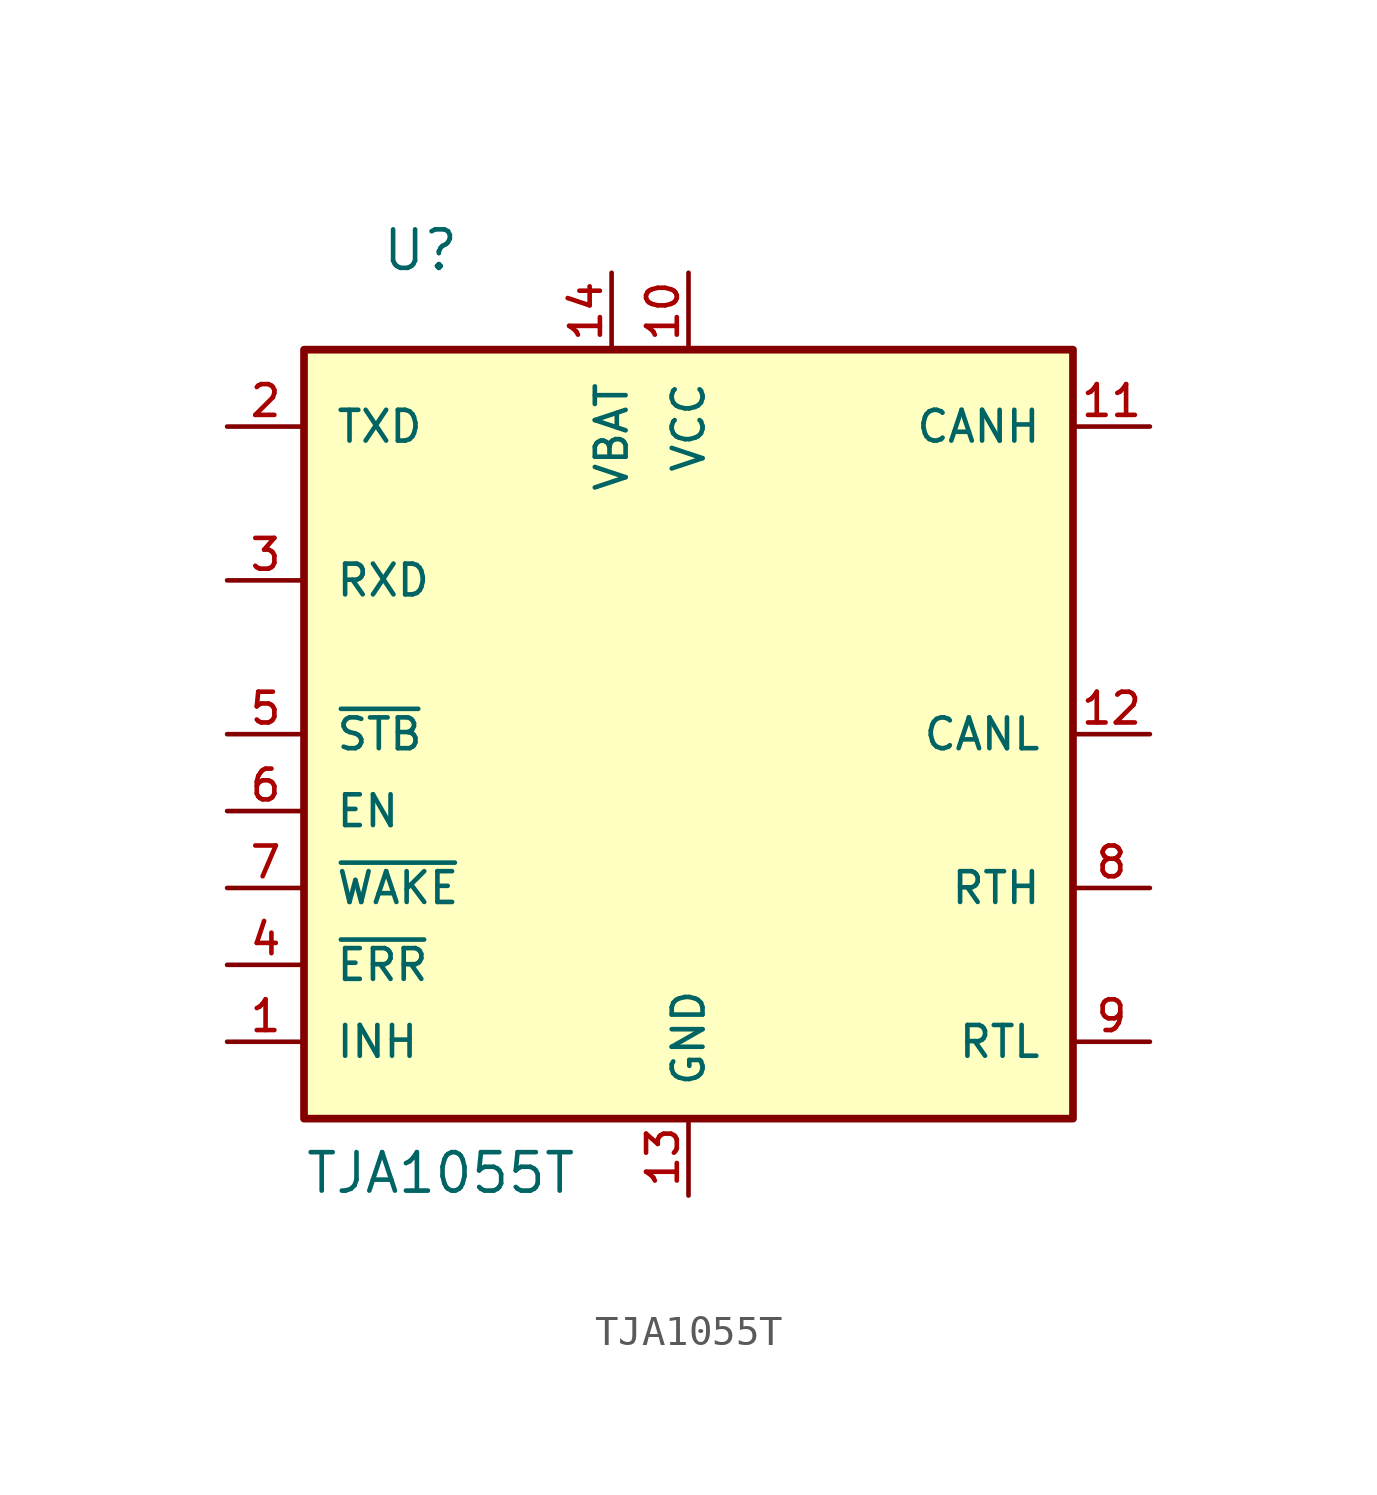
<source format=kicad_sym>
(kicad_symbol_lib
  (version 20211014)
  (generator kicad_symbol_editor)
  (symbol "TJA1055T"
    (pin_names
      (offset 1.016))
    (property "Reference" "U"
      (at -10.16 15.24 0)
      (effects (font (size 1.27 1.27)) (justify bottom left)))
    (property "Value" "TJA1055T"
      (at -12.7 -15.24 0)
      (effects (font (size 1.27 1.27)) (justify bottom left)))
    (symbol "TJA1055T_0_0"
      (rectangle (start -12.7 -12.7) (end 12.7 12.7) (stroke (width 0.254)) (fill (type background)))
      (pin output line (at -15.24 10.16 0) (length 2.54) (name "TXD" (effects (font (size 1.016 1.016)))) (number "2" (effects (font (size 1.016 1.016)))))
      (pin bidirectional line (at -15.24 5.08 0) (length 2.54) (name "RXD" (effects (font (size 1.016 1.016)))) (number "3" (effects (font (size 1.016 1.016)))))
      (pin power_in line (at 0.0 -15.24 90.0) (length 2.54) (name "GND" (effects (font (size 1.016 1.016)))) (number "13" (effects (font (size 1.016 1.016)))))
      (pin power_in line (at 0.0 15.24 270.0) (length 2.54) (name "VCC" (effects (font (size 1.016 1.016)))) (number "10" (effects (font (size 1.016 1.016)))))
      (pin bidirectional line (at 15.24 10.16 180.0) (length 2.54) (name "CANH" (effects (font (size 1.016 1.016)))) (number "11" (effects (font (size 1.016 1.016)))))
      (pin bidirectional line (at 15.24 0.0 180.0) (length 2.54) (name "CANL" (effects (font (size 1.016 1.016)))) (number "12" (effects (font (size 1.016 1.016)))))
      (pin input line (at -15.24 0.0 0) (length 2.54) (name "~{STB}" (effects (font (size 1.016 1.016)))) (number "5" (effects (font (size 1.016 1.016)))))
      (pin power_in line (at -2.54 15.24 270.0) (length 2.54) (name "VBAT" (effects (font (size 1.016 1.016)))) (number "14" (effects (font (size 1.016 1.016)))))
      (pin input line (at -15.24 -2.54 0) (length 2.54) (name "EN" (effects (font (size 1.016 1.016)))) (number "6" (effects (font (size 1.016 1.016)))))
      (pin output line (at -15.24 -7.62 0) (length 2.54) (name "~{ERR}" (effects (font (size 1.016 1.016)))) (number "4" (effects (font (size 1.016 1.016)))))
      (pin input line (at -15.24 -5.08 0) (length 2.54) (name "~{WAKE}" (effects (font (size 1.016 1.016)))) (number "7" (effects (font (size 1.016 1.016)))))
      (pin input line (at -15.24 -10.16 0) (length 2.54) (name "INH" (effects (font (size 1.016 1.016)))) (number "1" (effects (font (size 1.016 1.016)))))
      (pin passive line (at 15.24 -5.08 180.0) (length 2.54) (name "RTH" (effects (font (size 1.016 1.016)))) (number "8" (effects (font (size 1.016 1.016)))))
      (pin passive line (at 15.24 -10.16 180.0) (length 2.54) (name "RTL" (effects (font (size 1.016 1.016)))) (number "9" (effects (font (size 1.016 1.016))))))))
</source>
